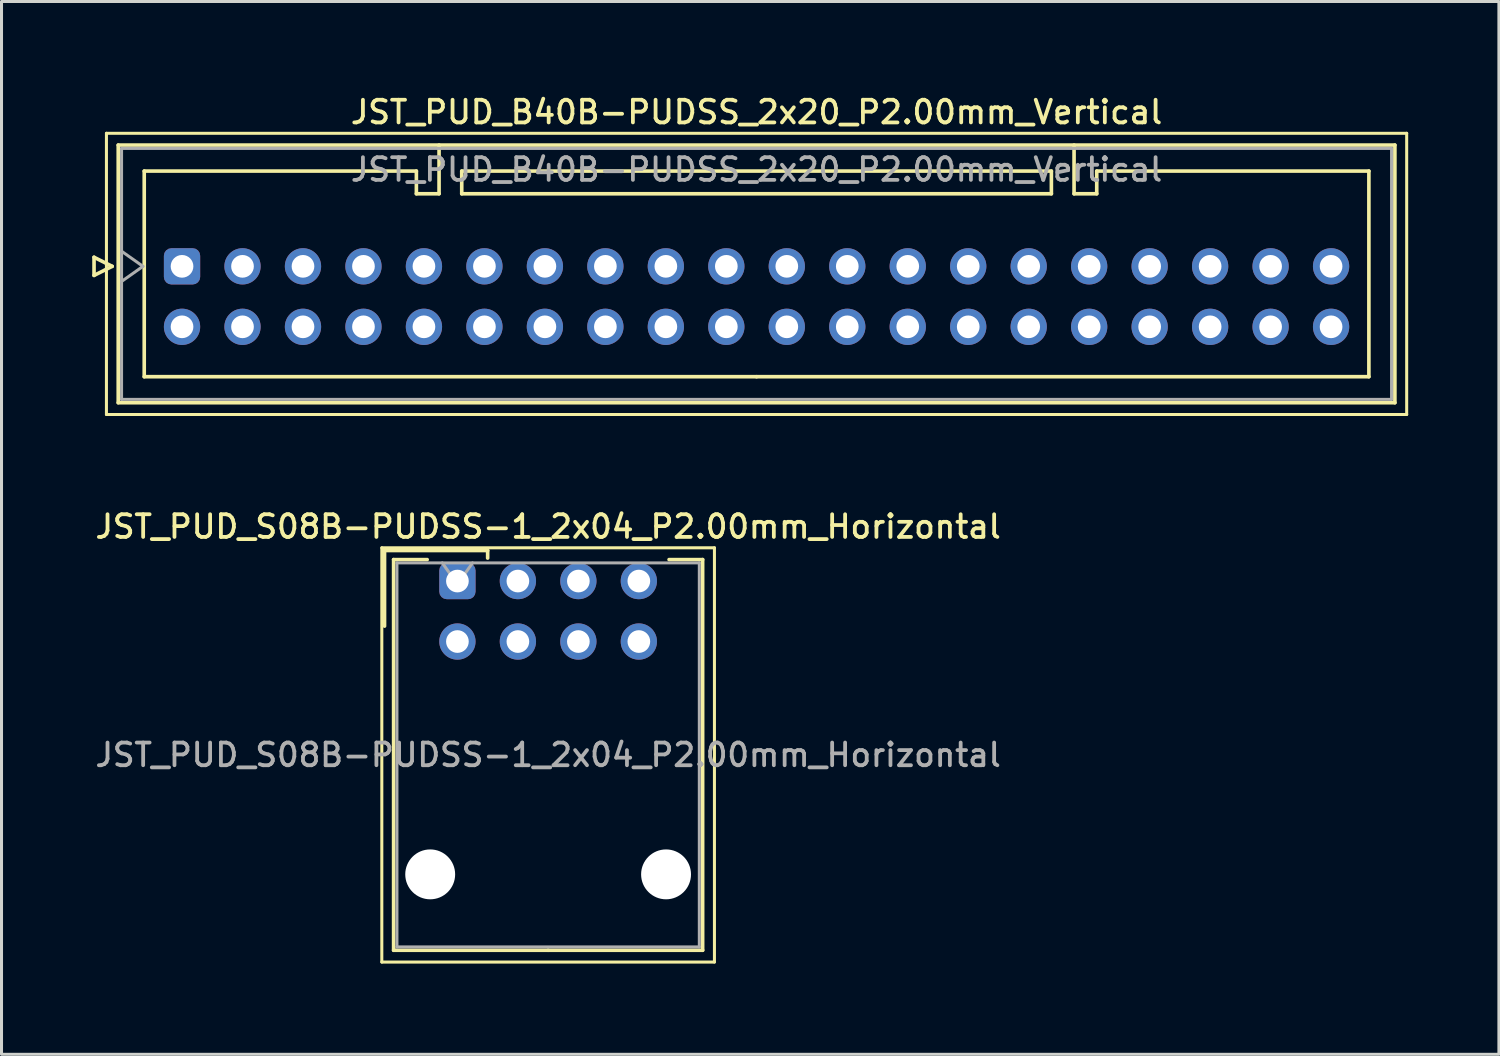
<source format=kicad_pcb>
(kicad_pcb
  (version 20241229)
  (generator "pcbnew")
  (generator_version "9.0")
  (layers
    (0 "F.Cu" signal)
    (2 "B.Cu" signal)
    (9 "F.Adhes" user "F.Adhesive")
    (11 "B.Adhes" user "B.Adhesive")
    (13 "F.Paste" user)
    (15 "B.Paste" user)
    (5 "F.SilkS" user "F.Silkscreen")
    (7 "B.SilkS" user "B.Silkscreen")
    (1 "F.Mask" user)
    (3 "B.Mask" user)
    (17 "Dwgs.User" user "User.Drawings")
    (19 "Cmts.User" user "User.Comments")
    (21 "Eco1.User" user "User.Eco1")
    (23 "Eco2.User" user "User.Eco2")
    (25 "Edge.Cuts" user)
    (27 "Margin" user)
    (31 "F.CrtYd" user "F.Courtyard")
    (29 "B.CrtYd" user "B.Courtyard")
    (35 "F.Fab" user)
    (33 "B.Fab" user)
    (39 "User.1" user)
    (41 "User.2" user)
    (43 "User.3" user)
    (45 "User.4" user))
  (footprint "JST_PUD_B40B-PUDSS_2x20_P2.00mm_Vertical"
    (layer "F.Cu")
    (at 2.97 5.758)
    (property "Reference" "JST_PUD_B40B-PUDSS_2x20_P2.00mm_Vertical" (at 19 -5.1 0) (layer "F.SilkS") (effects (font (size 0.75 0.75) (thickness 0.125))))
    (attr through_hole)
    (fp_line (start -2.91 -0.3) (end -2.31 0) (stroke (width 0.12) (type solid)) (layer "F.SilkS"))
    (fp_line (start -2.91 0.3) (end -2.91 -0.3) (stroke (width 0.12) (type solid)) (layer "F.SilkS"))
    (fp_line (start -2.5 -4.4) (end -2.5 4.9) (stroke (width 0.1) (type solid)) (layer "F.SilkS"))
    (fp_line (start -2.5 4.9) (end 40.5 4.9) (stroke (width 0.1) (type solid)) (layer "F.SilkS"))
    (fp_line (start -2.31 0) (end -2.91 0.3) (stroke (width 0.12) (type solid)) (layer "F.SilkS"))
    (fp_line (start -2.11 -4.01) (end -2.11 4.51) (stroke (width 0.12) (type solid)) (layer "F.SilkS"))
    (fp_line (start -2.11 4.51) (end 40.11 4.51) (stroke (width 0.12) (type solid)) (layer "F.SilkS"))
    (fp_line (start -1.25 -3.15) (end -1.25 3.65) (stroke (width 0.12) (type solid)) (layer "F.SilkS"))
    (fp_line (start -1.25 3.65) (end 19 3.65) (stroke (width 0.12) (type solid)) (layer "F.SilkS"))
    (fp_line (start 7.75 -3.15) (end -1.25 -3.15) (stroke (width 0.12) (type solid)) (layer "F.SilkS"))
    (fp_line (start 7.75 -2.4) (end 7.75 -3.15) (stroke (width 0.12) (type solid)) (layer "F.SilkS"))
    (fp_line (start 8.5 -4.01) (end 8.5 -2.4) (stroke (width 0.12) (type solid)) (layer "F.SilkS"))
    (fp_line (start 8.5 -2.4) (end 7.75 -2.4) (stroke (width 0.12) (type solid)) (layer "F.SilkS"))
    (fp_line (start 9.25 -3.15) (end 9.25 -2.4) (stroke (width 0.12) (type solid)) (layer "F.SilkS"))
    (fp_line (start 9.25 -2.4) (end 28.75 -2.4) (stroke (width 0.12) (type solid)) (layer "F.SilkS"))
    (fp_line (start 28.75 -3.15) (end 9.25 -3.15) (stroke (width 0.12) (type solid)) (layer "F.SilkS"))
    (fp_line (start 28.75 -2.4) (end 28.75 -3.15) (stroke (width 0.12) (type solid)) (layer "F.SilkS"))
    (fp_line (start 29.5 -4.01) (end 29.5 -2.4) (stroke (width 0.12) (type solid)) (layer "F.SilkS"))
    (fp_line (start 29.5 -2.4) (end 30.25 -2.4) (stroke (width 0.12) (type solid)) (layer "F.SilkS"))
    (fp_line (start 30.25 -3.15) (end 39.25 -3.15) (stroke (width 0.12) (type solid)) (layer "F.SilkS"))
    (fp_line (start 30.25 -2.4) (end 30.25 -3.15) (stroke (width 0.12) (type solid)) (layer "F.SilkS"))
    (fp_line (start 39.25 -3.15) (end 39.25 3.65) (stroke (width 0.12) (type solid)) (layer "F.SilkS"))
    (fp_line (start 39.25 3.65) (end 19 3.65) (stroke (width 0.12) (type solid)) (layer "F.SilkS"))
    (fp_line (start 40.11 -4.01) (end -2.11 -4.01) (stroke (width 0.12) (type solid)) (layer "F.SilkS"))
    (fp_line (start 40.11 4.51) (end 40.11 -4.01) (stroke (width 0.12) (type solid)) (layer "F.SilkS"))
    (fp_line (start 40.5 -4.4) (end -2.5 -4.4) (stroke (width 0.1) (type solid)) (layer "F.SilkS"))
    (fp_line (start 40.5 4.9) (end 40.5 -4.4) (stroke (width 0.1) (type solid)) (layer "F.SilkS"))
    (fp_line (start -2 -3.9) (end -2 4.4) (stroke (width 0.1) (type solid)) (layer "F.Fab"))
    (fp_line (start -2 0.5) (end -1.293 0) (stroke (width 0.1) (type solid)) (layer "F.Fab"))
    (fp_line (start -2 4.4) (end 40 4.4) (stroke (width 0.1) (type solid)) (layer "F.Fab"))
    (fp_line (start -1.293 0) (end -2 -0.5) (stroke (width 0.1) (type solid)) (layer "F.Fab"))
    (fp_line (start 40 -3.9) (end -2 -3.9) (stroke (width 0.1) (type solid)) (layer "F.Fab"))
    (fp_line (start 40 4.4) (end 40 -3.9) (stroke (width 0.1) (type solid)) (layer "F.Fab"))
    (fp_text user "${REFERENCE}" (at 19 -3.2 0) (layer "F.Fab") (effects (font (size 0.75 0.75) (thickness 0.125))))
    (pad "1" thru_hole roundrect (at 0 0) (size 1.2 1.2) (drill 0.75) (layers "*.Cu" "*.Mask") (roundrect_rratio 0.208))
    (pad "2" thru_hole circle (at 0 2) (size 1.2 1.2) (drill 0.75) (layers "*.Cu" "*.Mask"))
    (pad "3" thru_hole circle (at 2 0) (size 1.2 1.2) (drill 0.75) (layers "*.Cu" "*.Mask"))
    (pad "4" thru_hole circle (at 2 2) (size 1.2 1.2) (drill 0.75) (layers "*.Cu" "*.Mask"))
    (pad "5" thru_hole circle (at 4 0) (size 1.2 1.2) (drill 0.75) (layers "*.Cu" "*.Mask"))
    (pad "6" thru_hole circle (at 4 2) (size 1.2 1.2) (drill 0.75) (layers "*.Cu" "*.Mask"))
    (pad "7" thru_hole circle (at 6 0) (size 1.2 1.2) (drill 0.75) (layers "*.Cu" "*.Mask"))
    (pad "8" thru_hole circle (at 6 2) (size 1.2 1.2) (drill 0.75) (layers "*.Cu" "*.Mask"))
    (pad "9" thru_hole circle (at 8 0) (size 1.2 1.2) (drill 0.75) (layers "*.Cu" "*.Mask"))
    (pad "10" thru_hole circle (at 8 2) (size 1.2 1.2) (drill 0.75) (layers "*.Cu" "*.Mask"))
    (pad "11" thru_hole circle (at 10 0) (size 1.2 1.2) (drill 0.75) (layers "*.Cu" "*.Mask"))
    (pad "12" thru_hole circle (at 10 2) (size 1.2 1.2) (drill 0.75) (layers "*.Cu" "*.Mask"))
    (pad "13" thru_hole circle (at 12 0) (size 1.2 1.2) (drill 0.75) (layers "*.Cu" "*.Mask"))
    (pad "14" thru_hole circle (at 12 2) (size 1.2 1.2) (drill 0.75) (layers "*.Cu" "*.Mask"))
    (pad "15" thru_hole circle (at 14 0) (size 1.2 1.2) (drill 0.75) (layers "*.Cu" "*.Mask"))
    (pad "16" thru_hole circle (at 14 2) (size 1.2 1.2) (drill 0.75) (layers "*.Cu" "*.Mask"))
    (pad "17" thru_hole circle (at 16 0) (size 1.2 1.2) (drill 0.75) (layers "*.Cu" "*.Mask"))
    (pad "18" thru_hole circle (at 16 2) (size 1.2 1.2) (drill 0.75) (layers "*.Cu" "*.Mask"))
    (pad "19" thru_hole circle (at 18 0) (size 1.2 1.2) (drill 0.75) (layers "*.Cu" "*.Mask"))
    (pad "20" thru_hole circle (at 18 2) (size 1.2 1.2) (drill 0.75) (layers "*.Cu" "*.Mask"))
    (pad "21" thru_hole circle (at 20 0) (size 1.2 1.2) (drill 0.75) (layers "*.Cu" "*.Mask"))
    (pad "22" thru_hole circle (at 20 2) (size 1.2 1.2) (drill 0.75) (layers "*.Cu" "*.Mask"))
    (pad "23" thru_hole circle (at 22 0) (size 1.2 1.2) (drill 0.75) (layers "*.Cu" "*.Mask"))
    (pad "24" thru_hole circle (at 22 2) (size 1.2 1.2) (drill 0.75) (layers "*.Cu" "*.Mask"))
    (pad "25" thru_hole circle (at 24 0) (size 1.2 1.2) (drill 0.75) (layers "*.Cu" "*.Mask"))
    (pad "26" thru_hole circle (at 24 2) (size 1.2 1.2) (drill 0.75) (layers "*.Cu" "*.Mask"))
    (pad "27" thru_hole circle (at 26 0) (size 1.2 1.2) (drill 0.75) (layers "*.Cu" "*.Mask"))
    (pad "28" thru_hole circle (at 26 2) (size 1.2 1.2) (drill 0.75) (layers "*.Cu" "*.Mask"))
    (pad "29" thru_hole circle (at 28 0) (size 1.2 1.2) (drill 0.75) (layers "*.Cu" "*.Mask"))
    (pad "30" thru_hole circle (at 28 2) (size 1.2 1.2) (drill 0.75) (layers "*.Cu" "*.Mask"))
    (pad "31" thru_hole circle (at 30 0) (size 1.2 1.2) (drill 0.75) (layers "*.Cu" "*.Mask"))
    (pad "32" thru_hole circle (at 30 2) (size 1.2 1.2) (drill 0.75) (layers "*.Cu" "*.Mask"))
    (pad "33" thru_hole circle (at 32 0) (size 1.2 1.2) (drill 0.75) (layers "*.Cu" "*.Mask"))
    (pad "34" thru_hole circle (at 32 2) (size 1.2 1.2) (drill 0.75) (layers "*.Cu" "*.Mask"))
    (pad "35" thru_hole circle (at 34 0) (size 1.2 1.2) (drill 0.75) (layers "*.Cu" "*.Mask"))
    (pad "36" thru_hole circle (at 34 2) (size 1.2 1.2) (drill 0.75) (layers "*.Cu" "*.Mask"))
    (pad "37" thru_hole circle (at 36 0) (size 1.2 1.2) (drill 0.75) (layers "*.Cu" "*.Mask"))
    (pad "38" thru_hole circle (at 36 2) (size 1.2 1.2) (drill 0.75) (layers "*.Cu" "*.Mask"))
    (pad "39" thru_hole circle (at 38 0) (size 1.2 1.2) (drill 0.75) (layers "*.Cu" "*.Mask"))
    (pad "40" thru_hole circle (at 38 2) (size 1.2 1.2) (drill 0.75) (layers "*.Cu" "*.Mask")))
  (footprint "JST_PUD_S08B-PUDSS-1_2x04_P2.00mm_Horizontal"
    (layer "F.Cu")
    (at 12.077 16.166)
    (property "Reference" "JST_PUD_S08B-PUDSS-1_2x04_P2.00mm_Horizontal" (at 3 -1.8 0) (layer "F.SilkS") (effects (font (size 0.75 0.75) (thickness 0.125))))
    (attr through_hole)
    (fp_line (start -2.5 -1.1) (end -2.5 12.6) (stroke (width 0.1) (type solid)) (layer "F.SilkS"))
    (fp_line (start -2.5 12.6) (end 8.5 12.6) (stroke (width 0.1) (type solid)) (layer "F.SilkS"))
    (fp_line (start -2.41 -1.01) (end -2.41 1.49) (stroke (width 0.12) (type solid)) (layer "F.SilkS"))
    (fp_line (start -2.11 -0.71) (end -2.11 12.21) (stroke (width 0.12) (type solid)) (layer "F.SilkS"))
    (fp_line (start -2.11 12.21) (end 3 12.21) (stroke (width 0.12) (type solid)) (layer "F.SilkS"))
    (fp_line (start -1 -0.71) (end -2.11 -0.71) (stroke (width 0.12) (type solid)) (layer "F.SilkS"))
    (fp_line (start 1 -1.01) (end -2.41 -1.01) (stroke (width 0.12) (type solid)) (layer "F.SilkS"))
    (fp_line (start 1 -0.76) (end 1 -1.01) (stroke (width 0.12) (type solid)) (layer "F.SilkS"))
    (fp_line (start 7 -0.71) (end 8.11 -0.71) (stroke (width 0.12) (type solid)) (layer "F.SilkS"))
    (fp_line (start 8.11 -0.71) (end 8.11 12.21) (stroke (width 0.12) (type solid)) (layer "F.SilkS"))
    (fp_line (start 8.11 12.21) (end 3 12.21) (stroke (width 0.12) (type solid)) (layer "F.SilkS"))
    (fp_line (start 8.5 -1.1) (end -2.5 -1.1) (stroke (width 0.1) (type solid)) (layer "F.SilkS"))
    (fp_line (start 8.5 12.6) (end 8.5 -1.1) (stroke (width 0.1) (type solid)) (layer "F.SilkS"))
    (fp_line (start -2 -0.6) (end -2 12.1) (stroke (width 0.1) (type solid)) (layer "F.Fab"))
    (fp_line (start -2 12.1) (end 8 12.1) (stroke (width 0.1) (type solid)) (layer "F.Fab"))
    (fp_line (start 0 0.107) (end -0.5 -0.6) (stroke (width 0.1) (type solid)) (layer "F.Fab"))
    (fp_line (start 0.5 -0.6) (end 0 0.107) (stroke (width 0.1) (type solid)) (layer "F.Fab"))
    (fp_line (start 8 -0.6) (end -2 -0.6) (stroke (width 0.1) (type solid)) (layer "F.Fab"))
    (fp_line (start 8 12.1) (end 8 -0.6) (stroke (width 0.1) (type solid)) (layer "F.Fab"))
    (fp_text user "${REFERENCE}" (at 3 5.75 0) (layer "F.Fab") (effects (font (size 0.75 0.75) (thickness 0.125))))
    (pad "" np_thru_hole circle (at -0.9 9.7) (size 1.65 1.65) (drill 1.65) (layers "*.Cu" "*.Mask"))
    (pad "" np_thru_hole circle (at 6.9 9.7) (size 1.65 1.65) (drill 1.65) (layers "*.Cu" "*.Mask"))
    (pad "1" thru_hole roundrect (at 0 0) (size 1.2 1.2) (drill 0.75) (layers "*.Cu" "*.Mask") (roundrect_rratio 0.208))
    (pad "2" thru_hole circle (at 0 2) (size 1.2 1.2) (drill 0.75) (layers "*.Cu" "*.Mask"))
    (pad "3" thru_hole circle (at 2 0) (size 1.2 1.2) (drill 0.75) (layers "*.Cu" "*.Mask"))
    (pad "4" thru_hole circle (at 2 2) (size 1.2 1.2) (drill 0.75) (layers "*.Cu" "*.Mask"))
    (pad "5" thru_hole circle (at 4 0) (size 1.2 1.2) (drill 0.75) (layers "*.Cu" "*.Mask"))
    (pad "6" thru_hole circle (at 4 2) (size 1.2 1.2) (drill 0.75) (layers "*.Cu" "*.Mask"))
    (pad "7" thru_hole circle (at 6 0) (size 1.2 1.2) (drill 0.75) (layers "*.Cu" "*.Mask"))
    (pad "8" thru_hole circle (at 6 2) (size 1.2 1.2) (drill 0.75) (layers "*.Cu" "*.Mask")))
  (gr_rect
    (start -3 -3)
    (end 46.52 31.816)
    (stroke (width 0.1) (type default))
    (fill no)
    (layer "Edge.Cuts")))
</source>
